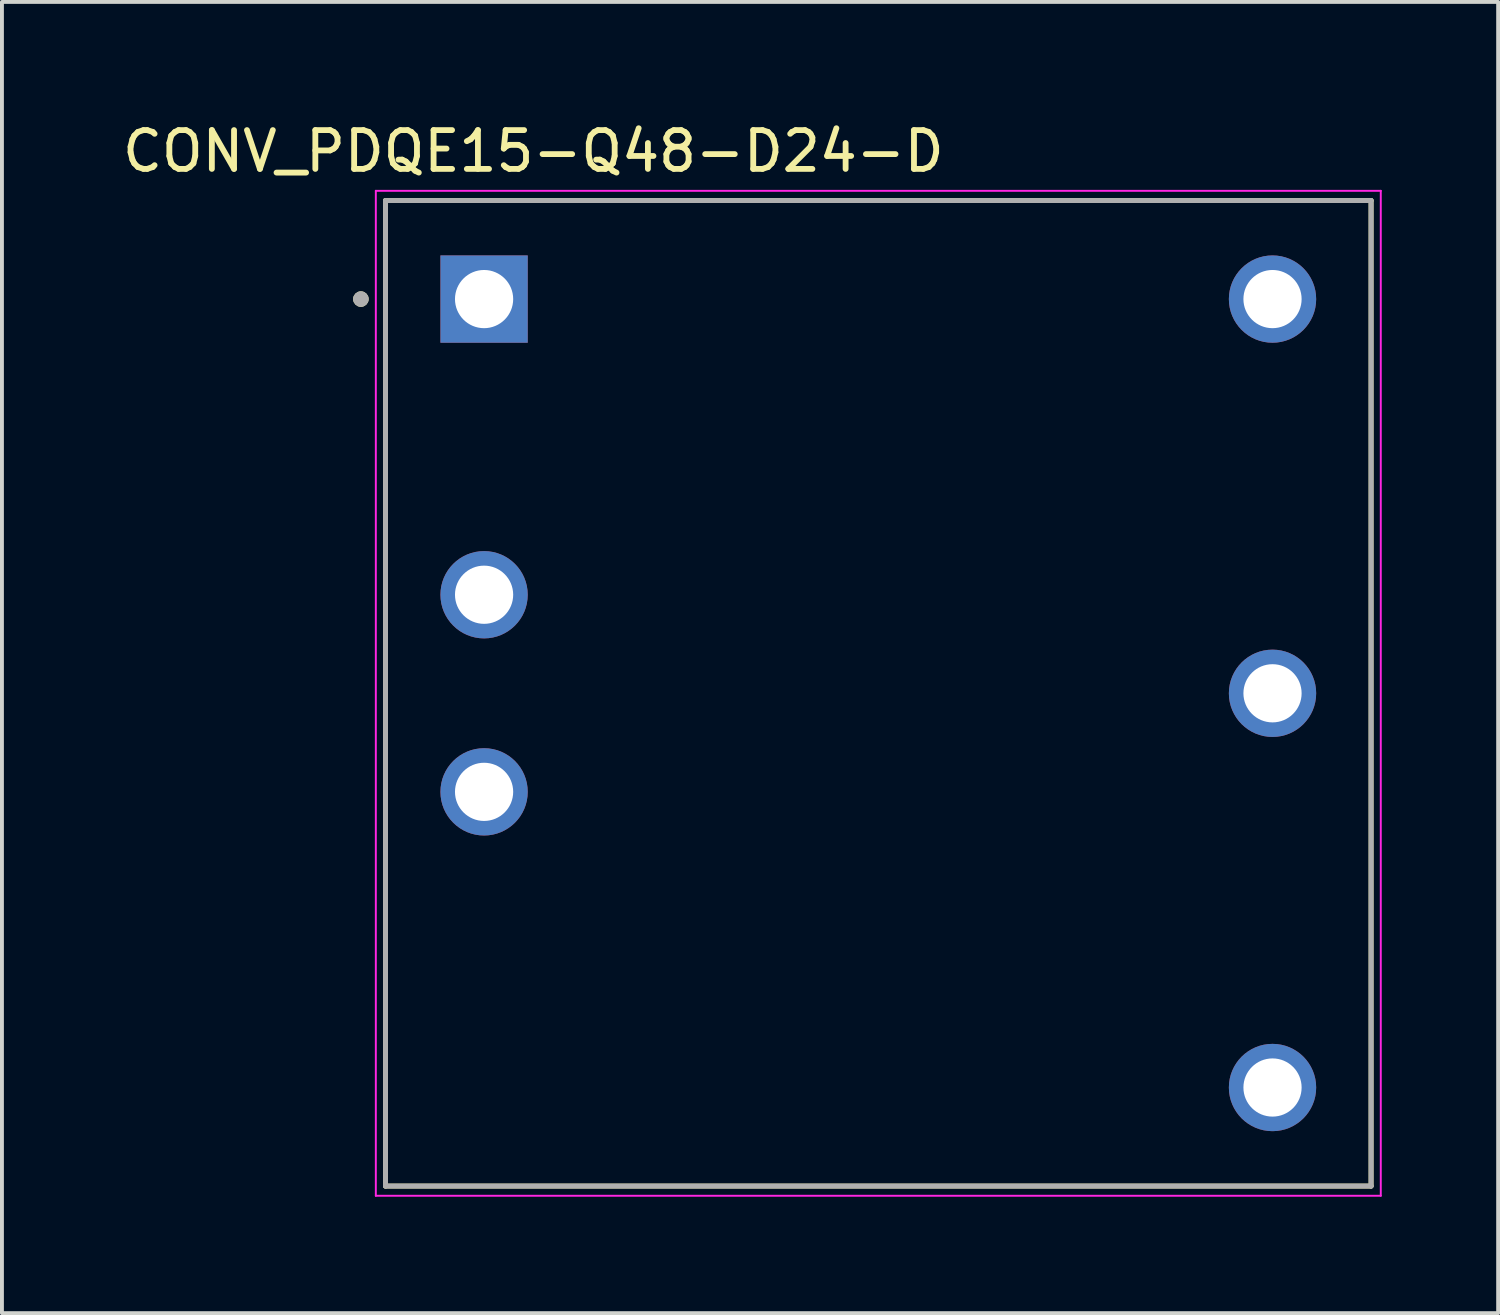
<source format=kicad_pcb>
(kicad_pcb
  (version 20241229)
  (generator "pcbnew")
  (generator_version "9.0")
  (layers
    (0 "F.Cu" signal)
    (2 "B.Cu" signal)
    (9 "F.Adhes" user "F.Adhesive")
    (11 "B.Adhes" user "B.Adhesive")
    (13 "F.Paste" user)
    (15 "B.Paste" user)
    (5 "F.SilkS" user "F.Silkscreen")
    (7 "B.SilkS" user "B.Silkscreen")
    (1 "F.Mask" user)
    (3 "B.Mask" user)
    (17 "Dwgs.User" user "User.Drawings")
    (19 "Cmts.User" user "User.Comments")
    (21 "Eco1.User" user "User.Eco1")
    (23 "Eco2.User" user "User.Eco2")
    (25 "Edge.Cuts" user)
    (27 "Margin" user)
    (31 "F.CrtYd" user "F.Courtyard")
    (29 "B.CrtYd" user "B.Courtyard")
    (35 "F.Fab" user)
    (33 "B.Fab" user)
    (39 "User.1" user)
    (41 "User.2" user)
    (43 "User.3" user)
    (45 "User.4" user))
  (footprint "CONV_PDQE15-Q48-D24-D"
    (layer "F.Cu")
    (at 19.586 14.818)
    (property "Reference" "CONV_PDQE15-Q48-D24-D" (at -8.89 -13.97 0) (layer "F.SilkS") (effects (font (size 1 1) (thickness 0.15))))
    (attr through_hole)
    (fp_line (start -12.7 -12.7) (end -12.7 12.7) (stroke (width 0.127) (type solid)) (layer "F.SilkS"))
    (fp_line (start -12.7 12.7) (end 12.7 12.7) (stroke (width 0.127) (type solid)) (layer "F.SilkS"))
    (fp_line (start 12.7 -12.7) (end -12.7 -12.7) (stroke (width 0.127) (type solid)) (layer "F.SilkS"))
    (fp_line (start 12.7 12.7) (end 12.7 -12.7) (stroke (width 0.127) (type solid)) (layer "F.SilkS"))
    (fp_circle (center -13.335 -10.16) (end -13.235 -10.16) (stroke (width 0.2) (type solid)) (fill no) (layer "F.SilkS"))
    (fp_line (start -12.95 -12.95) (end -12.95 12.95) (stroke (width 0.05) (type solid)) (layer "F.CrtYd"))
    (fp_line (start -12.95 12.95) (end 12.95 12.95) (stroke (width 0.05) (type solid)) (layer "F.CrtYd"))
    (fp_line (start 12.95 -12.95) (end -12.95 -12.95) (stroke (width 0.05) (type solid)) (layer "F.CrtYd"))
    (fp_line (start 12.95 12.95) (end 12.95 -12.95) (stroke (width 0.05) (type solid)) (layer "F.CrtYd"))
    (fp_line (start -12.7 -12.7) (end -12.7 12.7) (stroke (width 0.127) (type solid)) (layer "F.Fab"))
    (fp_line (start -12.7 12.7) (end 12.7 12.7) (stroke (width 0.127) (type solid)) (layer "F.Fab"))
    (fp_line (start 12.7 -12.7) (end -12.7 -12.7) (stroke (width 0.127) (type solid)) (layer "F.Fab"))
    (fp_line (start 12.7 12.7) (end 12.7 -12.7) (stroke (width 0.127) (type solid)) (layer "F.Fab"))
    (fp_circle (center -13.335 -10.16) (end -13.235 -10.16) (stroke (width 0.2) (type solid)) (fill no) (layer "F.Fab"))
    (pad "1" thru_hole rect (at -10.16 -10.16) (size 2.25 2.25) (drill 1.5) (layers "*.Cu" "*.Mask"))
    (pad "2" thru_hole circle (at -10.16 -2.54) (size 2.25 2.25) (drill 1.5) (layers "*.Cu" "*.Mask"))
    (pad "3" thru_hole circle (at -10.16 2.54) (size 2.25 2.25) (drill 1.5) (layers "*.Cu" "*.Mask"))
    (pad "4" thru_hole circle (at 10.16 10.16) (size 2.25 2.25) (drill 1.5) (layers "*.Cu" "*.Mask"))
    (pad "5" thru_hole circle (at 10.16 0) (size 2.25 2.25) (drill 1.5) (layers "*.Cu" "*.Mask"))
    (pad "6" thru_hole circle (at 10.16 -10.16) (size 2.25 2.25) (drill 1.5) (layers "*.Cu" "*.Mask")))
  (gr_rect
    (start -3 -3)
    (end 35.561 30.793)
    (stroke (width 0.1) (type default))
    (fill no)
    (layer "Edge.Cuts")))
</source>
